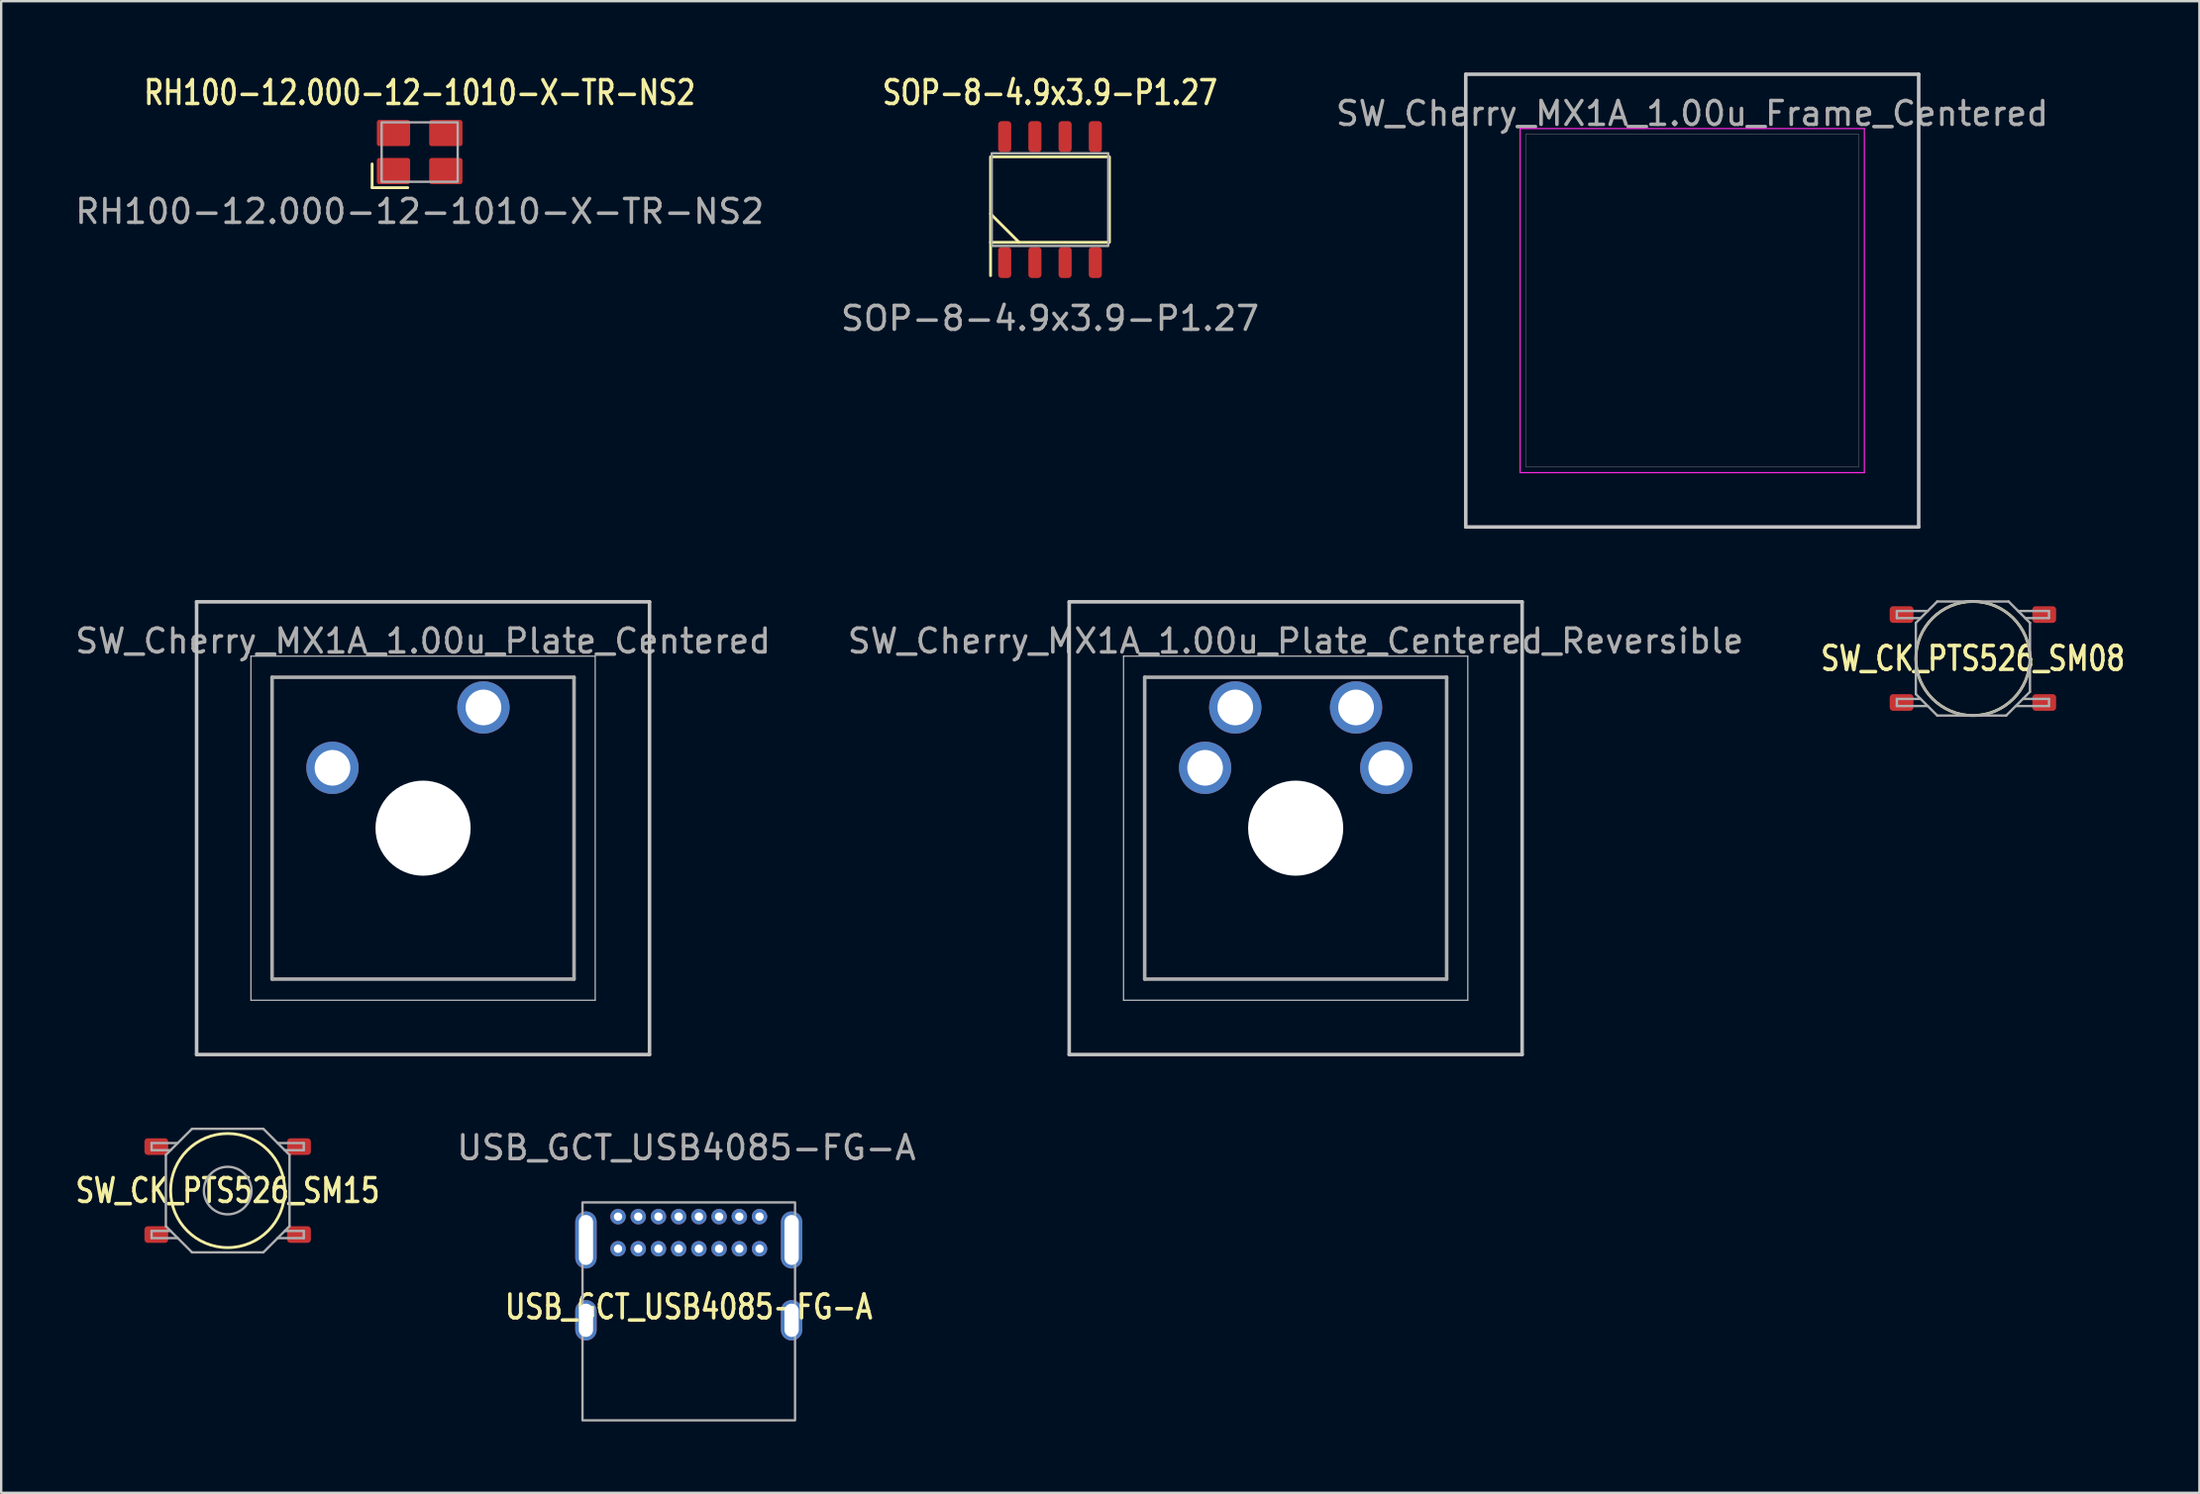
<source format=kicad_pcb>
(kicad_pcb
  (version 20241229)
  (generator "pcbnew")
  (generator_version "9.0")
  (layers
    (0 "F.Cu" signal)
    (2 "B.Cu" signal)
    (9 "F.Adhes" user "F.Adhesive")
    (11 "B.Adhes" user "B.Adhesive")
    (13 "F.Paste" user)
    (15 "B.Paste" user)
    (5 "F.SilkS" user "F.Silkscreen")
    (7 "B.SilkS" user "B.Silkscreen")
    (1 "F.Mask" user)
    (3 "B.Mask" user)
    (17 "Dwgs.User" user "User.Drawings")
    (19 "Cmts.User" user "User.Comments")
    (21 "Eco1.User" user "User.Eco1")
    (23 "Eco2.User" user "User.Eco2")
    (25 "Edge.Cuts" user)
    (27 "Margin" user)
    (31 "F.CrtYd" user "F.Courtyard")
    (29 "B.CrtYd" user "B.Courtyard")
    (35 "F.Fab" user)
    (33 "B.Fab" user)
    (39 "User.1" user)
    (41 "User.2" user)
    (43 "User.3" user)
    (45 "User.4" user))
  (footprint "USB_GCT_USB4085-FG-A"
    (layer "F.Cu")
    (at 25.92 54.248)
    (property "Reference" "USB_GCT_USB4085-FG-A" (at 0 -2.3 0) (unlocked yes) (layer "F.SilkS") (effects (font (size 1 0.8) (thickness 0.15))))
    (attr through_hole)
    (fp_rect (start -4.47 2.47) (end 4.47 -6.7) (stroke (width 0.1) (type default)) (fill no) (layer "F.Fab"))
    (fp_text user "${REFERENCE}" (at -0.1 -9 0) (unlocked yes) (layer "F.Fab") (effects (font (size 1 1) (thickness 0.15))))
    (pad "1" thru_hole oval (at -4.325 -1.74) (size 0.9 1.7) (drill oval 0.6 1.4) (layers "*.Cu" "*.Mask"))
    (pad "2" thru_hole oval (at -4.325 -5.12) (size 0.9 2.4) (drill oval 0.6 2.1) (layers "*.Cu" "*.Mask"))
    (pad "3" thru_hole oval (at 4.325 -1.74) (size 0.9 1.7) (drill oval 0.6 1.4) (layers "*.Cu" "*.Mask"))
    (pad "4" thru_hole oval (at 4.325 -5.12) (size 0.9 2.4) (drill oval 0.6 2.1) (layers "*.Cu" "*.Mask"))
    (pad "A1" thru_hole circle (at -2.975 -6.1) (size 0.65 0.65) (drill 0.35) (layers "*.Cu" "*.Mask"))
    (pad "A4" thru_hole circle (at -2.125 -6.1) (size 0.65 0.65) (drill 0.35) (layers "*.Cu" "*.Mask"))
    (pad "A5" thru_hole circle (at -1.275 -6.1) (size 0.65 0.65) (drill 0.35) (layers "*.Cu" "*.Mask"))
    (pad "A6" thru_hole circle (at -0.425 -6.1) (size 0.65 0.65) (drill 0.35) (layers "*.Cu" "*.Mask"))
    (pad "A7" thru_hole circle (at 0.425 -6.1) (size 0.65 0.65) (drill 0.35) (layers "*.Cu" "*.Mask"))
    (pad "A8" thru_hole circle (at 1.275 -6.1) (size 0.65 0.65) (drill 0.35) (layers "*.Cu" "*.Mask"))
    (pad "A9" thru_hole circle (at 2.125 -6.1) (size 0.65 0.65) (drill 0.35) (layers "*.Cu" "*.Mask"))
    (pad "A12" thru_hole circle (at 2.975 -6.1) (size 0.65 0.65) (drill 0.35) (layers "*.Cu" "*.Mask"))
    (pad "B1" thru_hole circle (at 2.975 -4.75) (size 0.65 0.65) (drill 0.35) (layers "*.Cu" "*.Mask"))
    (pad "B4" thru_hole circle (at 2.125 -4.75) (size 0.65 0.65) (drill 0.35) (layers "*.Cu" "*.Mask"))
    (pad "B5" thru_hole circle (at 1.275 -4.75) (size 0.65 0.65) (drill 0.35) (layers "*.Cu" "*.Mask"))
    (pad "B6" thru_hole circle (at 0.425 -4.75) (size 0.65 0.65) (drill 0.35) (layers "*.Cu" "*.Mask"))
    (pad "B7" thru_hole circle (at -0.425 -4.75) (size 0.65 0.65) (drill 0.35) (layers "*.Cu" "*.Mask"))
    (pad "B8" thru_hole circle (at -1.275 -4.75) (size 0.65 0.65) (drill 0.35) (layers "*.Cu" "*.Mask"))
    (pad "B9" thru_hole circle (at -2.125 -4.75) (size 0.65 0.65) (drill 0.35) (layers "*.Cu" "*.Mask"))
    (pad "B12" thru_hole circle (at -2.975 -4.75) (size 0.65 0.65) (drill 0.35) (layers "*.Cu" "*.Mask")))
  (footprint "SW_Cherry_MX1A_1.00u_Plate_Centered"
    (layer "F.Cu")
    (at 14.744 31.8)
    (property "Reference" "SW_Cherry_MX1A_1.00u_Plate_Centered" (at 0 -7.874 0) (layer "F.Fab") (effects (font (size 1 1) (thickness 0.15))))
    (attr through_hole)
    (fp_line (start -9.525 -9.525) (end 9.525 -9.525) (stroke (width 0.15) (type solid)) (layer "Dwgs.User"))
    (fp_line (start -9.525 9.525) (end -9.525 -9.525) (stroke (width 0.15) (type solid)) (layer "Dwgs.User"))
    (fp_line (start -7.24 -7.24) (end 7.24 -7.24) (stroke (width 0.05) (type solid)) (layer "Dwgs.User"))
    (fp_line (start -7.24 7.24) (end -7.24 -7.24) (stroke (width 0.05) (type solid)) (layer "Dwgs.User"))
    (fp_line (start 7.24 -7.24) (end 7.24 7.24) (stroke (width 0.05) (type solid)) (layer "Dwgs.User"))
    (fp_line (start 7.24 7.24) (end -7.24 7.24) (stroke (width 0.05) (type solid)) (layer "Dwgs.User"))
    (fp_line (start 9.525 -9.525) (end 9.525 9.525) (stroke (width 0.15) (type solid)) (layer "Dwgs.User"))
    (fp_line (start 9.525 9.525) (end -9.525 9.525) (stroke (width 0.15) (type solid)) (layer "Dwgs.User"))
    (fp_line (start -6.35 -6.35) (end 6.35 -6.35) (stroke (width 0.15) (type solid)) (layer "F.Fab"))
    (fp_line (start -6.35 6.35) (end -6.35 -6.35) (stroke (width 0.15) (type solid)) (layer "F.Fab"))
    (fp_line (start 6.35 -6.35) (end 6.35 6.35) (stroke (width 0.15) (type solid)) (layer "F.Fab"))
    (fp_line (start 6.35 6.35) (end -6.35 6.35) (stroke (width 0.15) (type solid)) (layer "F.Fab"))
    (pad "" np_thru_hole circle (at 0 0) (size 4 4) (drill 4) (layers "*.Cu" "*.Mask"))
    (pad "1" thru_hole circle (at 2.54 -5.08) (size 2.2 2.2) (drill 1.5) (layers "*.Cu" "*.Mask"))
    (pad "2" thru_hole circle (at -3.81 -2.54) (size 2.2 2.2) (drill 1.5) (layers "*.Cu" "*.Mask")))
  (footprint "SW_CK_PTS526_SM08"
    (layer "F.Cu")
    (at 79.931 24.66)
    (property "Reference" "SW_CK_PTS526_SM08" (at 0 0 0) (unlocked yes) (layer "F.SilkS") (effects (font (size 1 0.8) (thickness 0.15))))
    (attr smd)
    (fp_circle (center 0 0) (end 2.4 0) (stroke (width 0.12) (type default)) (fill no) (layer "F.SilkS"))
    (fp_line (start -3.2 -2) (end -3.2 -1.7) (stroke (width 0.1) (type default)) (layer "F.Fab"))
    (fp_line (start -3.2 -1.7) (end -2.2 -1.7) (stroke (width 0.1) (type default)) (layer "F.Fab"))
    (fp_line (start -3.2 1.7) (end -2.2 1.7) (stroke (width 0.1) (type default)) (layer "F.Fab"))
    (fp_line (start -3.2 2) (end -3.2 1.7) (stroke (width 0.1) (type default)) (layer "F.Fab"))
    (fp_line (start -2.4 -1.5) (end -2.4 1.5) (stroke (width 0.1) (type default)) (layer "F.Fab"))
    (fp_line (start -2.4 1.5) (end -1.5 2.4) (stroke (width 0.1) (type default)) (layer "F.Fab"))
    (fp_line (start -1.9 -2) (end -3.2 -2) (stroke (width 0.1) (type default)) (layer "F.Fab"))
    (fp_line (start -1.9 2) (end -3.2 2) (stroke (width 0.1) (type default)) (layer "F.Fab"))
    (fp_line (start -1.5 -2.4) (end -2.4 -1.5) (stroke (width 0.1) (type default)) (layer "F.Fab"))
    (fp_line (start -1.5 2.4) (end 1.4 2.4) (stroke (width 0.1) (type default)) (layer "F.Fab"))
    (fp_line (start 1.4 2.4) (end 2.4 1.4) (stroke (width 0.1) (type default)) (layer "F.Fab"))
    (fp_line (start 1.5 -2.4) (end -1.5 -2.4) (stroke (width 0.1) (type default)) (layer "F.Fab"))
    (fp_line (start 1.8 2) (end 3.2 2) (stroke (width 0.1) (type default)) (layer "F.Fab"))
    (fp_line (start 1.9 -2) (end 3.2 -2) (stroke (width 0.1) (type default)) (layer "F.Fab"))
    (fp_line (start 2.4 -1.5) (end 1.5 -2.4) (stroke (width 0.1) (type default)) (layer "F.Fab"))
    (fp_line (start 2.4 1.4) (end 2.4 -1.5) (stroke (width 0.1) (type default)) (layer "F.Fab"))
    (fp_line (start 3.2 -2) (end 3.2 -1.7) (stroke (width 0.1) (type default)) (layer "F.Fab"))
    (fp_line (start 3.2 -1.7) (end 2.2 -1.7) (stroke (width 0.1) (type default)) (layer "F.Fab"))
    (fp_line (start 3.2 1.7) (end 2.1 1.7) (stroke (width 0.1) (type default)) (layer "F.Fab"))
    (fp_line (start 3.2 2) (end 3.2 1.7) (stroke (width 0.1) (type default)) (layer "F.Fab"))
    (fp_circle (center 0 0) (end 2.4 0) (stroke (width 0.1) (type default)) (fill no) (layer "F.Fab"))
    (pad "1" smd roundrect (at -3 -1.85) (size 1 0.7) (layers "F.Cu" "F.Mask" "F.Paste") (roundrect_rratio 0.2))
    (pad "2" smd roundrect (at 3 -1.85) (size 1 0.7) (layers "F.Cu" "F.Mask" "F.Paste") (roundrect_rratio 0.2))
    (pad "3" smd roundrect (at -3 1.85) (size 1 0.7) (layers "F.Cu" "F.Mask" "F.Paste") (roundrect_rratio 0.2))
    (pad "4" smd roundrect (at 3 1.85) (size 1 0.7) (layers "F.Cu" "F.Mask" "F.Paste") (roundrect_rratio 0.2)))
  (footprint "RH100-12.000-12-1010-X-TR-NS2"
    (layer "F.Cu")
    (at 14.601 3.348)
    (property "Reference" "RH100-12.000-12-1010-X-TR-NS2" (at 0 -2.5 0) (unlocked yes) (layer "F.SilkS") (effects (font (size 1 0.8) (thickness 0.15))))
    (attr smd)
    (fp_line (start -2 0.5) (end -2 1.5) (stroke (width 0.12) (type default)) (layer "F.SilkS"))
    (fp_line (start -2 1.5) (end -0.5 1.5) (stroke (width 0.12) (type default)) (layer "F.SilkS"))
    (fp_rect (start -1.6 -1.25) (end 1.6 1.25) (stroke (width 0.1) (type default)) (fill no) (layer "F.Fab"))
    (fp_text user "${REFERENCE}" (at 0 2.5 0) (unlocked yes) (layer "F.Fab") (effects (font (size 1 1) (thickness 0.15))))
    (pad "1" smd roundrect (at -1.1 0.8) (size 1.4 1.1) (layers "F.Cu" "F.Mask" "F.Paste") (roundrect_rratio 0.091))
    (pad "2" smd roundrect (at 1.1 0.8) (size 1.4 1.1) (layers "F.Cu" "F.Mask" "F.Paste") (roundrect_rratio 0.091))
    (pad "3" smd roundrect (at 1.1 -0.8) (size 1.4 1.1) (layers "F.Cu" "F.Mask" "F.Paste") (roundrect_rratio 0.091))
    (pad "4" smd roundrect (at -1.1 -0.8) (size 1.4 1.1) (layers "F.Cu" "F.Mask" "F.Paste") (roundrect_rratio 0.091)))
  (footprint "SW_Cherry_MX1A_1.00u_Frame_Centered"
    (layer "F.Cu")
    (at 68.125 9.6)
    (property "Reference" "SW_Cherry_MX1A_1.00u_Frame_Centered" (at 0 -7.874 0) (layer "F.Fab") (effects (font (size 1 1) (thickness 0.15))))
    (attr through_hole)
    (fp_line (start -9.525 -9.525) (end 9.525 -9.525) (stroke (width 0.15) (type solid)) (layer "Dwgs.User"))
    (fp_line (start -9.525 9.525) (end -9.525 -9.525) (stroke (width 0.15) (type solid)) (layer "Dwgs.User"))
    (fp_line (start 9.525 -9.525) (end 9.525 9.525) (stroke (width 0.15) (type solid)) (layer "Dwgs.User"))
    (fp_line (start 9.525 9.525) (end -9.525 9.525) (stroke (width 0.15) (type solid)) (layer "Dwgs.User"))
    (fp_line (start -7 -7) (end 7 -7) (stroke (width 0.01) (type solid)) (layer "Edge.Cuts"))
    (fp_line (start -7 7) (end -7 -7) (stroke (width 0.01) (type solid)) (layer "Edge.Cuts"))
    (fp_line (start 7 -7) (end 7 7) (stroke (width 0.01) (type solid)) (layer "Edge.Cuts"))
    (fp_line (start 7 7) (end -7 7) (stroke (width 0.01) (type solid)) (layer "Edge.Cuts"))
    (fp_line (start -7.24 -7.24) (end 7.24 -7.24) (stroke (width 0.05) (type solid)) (layer "F.CrtYd"))
    (fp_line (start -7.24 7.24) (end -7.24 -7.24) (stroke (width 0.05) (type solid)) (layer "F.CrtYd"))
    (fp_line (start 7.24 -7.24) (end 7.24 7.24) (stroke (width 0.05) (type solid)) (layer "F.CrtYd"))
    (fp_line (start 7.24 7.24) (end -7.24 7.24) (stroke (width 0.05) (type solid)) (layer "F.CrtYd")))
  (footprint "SW_Cherry_MX1A_1.00u_Plate_Centered_Reversible"
    (layer "F.Cu")
    (at 51.446 31.8)
    (property "Reference" "SW_Cherry_MX1A_1.00u_Plate_Centered_Reversible" (at 0 -7.874 0) (layer "F.Fab") (effects (font (size 1 1) (thickness 0.15))))
    (attr through_hole)
    (fp_line (start -9.525 -9.525) (end 9.525 -9.525) (stroke (width 0.15) (type solid)) (layer "Dwgs.User"))
    (fp_line (start -9.525 9.525) (end -9.525 -9.525) (stroke (width 0.15) (type solid)) (layer "Dwgs.User"))
    (fp_line (start -7.24 -7.24) (end 7.24 -7.24) (stroke (width 0.05) (type solid)) (layer "Dwgs.User"))
    (fp_line (start -7.24 7.24) (end -7.24 -7.24) (stroke (width 0.05) (type solid)) (layer "Dwgs.User"))
    (fp_line (start 7.24 -7.24) (end 7.24 7.24) (stroke (width 0.05) (type solid)) (layer "Dwgs.User"))
    (fp_line (start 7.24 7.24) (end -7.24 7.24) (stroke (width 0.05) (type solid)) (layer "Dwgs.User"))
    (fp_line (start 9.525 -9.525) (end 9.525 9.525) (stroke (width 0.15) (type solid)) (layer "Dwgs.User"))
    (fp_line (start 9.525 9.525) (end -9.525 9.525) (stroke (width 0.15) (type solid)) (layer "Dwgs.User"))
    (fp_line (start -6.35 -6.35) (end 6.35 -6.35) (stroke (width 0.15) (type solid)) (layer "F.Fab"))
    (fp_line (start -6.35 6.35) (end -6.35 -6.35) (stroke (width 0.15) (type solid)) (layer "F.Fab"))
    (fp_line (start 6.35 -6.35) (end 6.35 6.35) (stroke (width 0.15) (type solid)) (layer "F.Fab"))
    (fp_line (start 6.35 6.35) (end -6.35 6.35) (stroke (width 0.15) (type solid)) (layer "F.Fab"))
    (pad "" np_thru_hole circle (at 0 0) (size 4 4) (drill 4) (layers "*.Cu" "*.Mask"))
    (pad "1" thru_hole circle (at 2.54 -5.08) (size 2.2 2.2) (drill 1.5) (layers "*.Cu" "*.Mask"))
    (pad "1" thru_hole circle (at 3.81 -2.54) (size 2.2 2.2) (drill 1.5) (layers "*.Cu" "*.Mask"))
    (pad "2" thru_hole circle (at -3.81 -2.54) (size 2.2 2.2) (drill 1.5) (layers "*.Cu" "*.Mask"))
    (pad "2" thru_hole circle (at -2.54 -5.08) (size 2.2 2.2) (drill 1.5) (layers "*.Cu" "*.Mask")))
  (footprint "SW_CK_PTS526_SM15"
    (layer "F.Cu")
    (at 6.526 47.05)
    (property "Reference" "SW_CK_PTS526_SM15" (at 0 0 0) (unlocked yes) (layer "F.SilkS") (effects (font (size 1 0.8) (thickness 0.15))))
    (attr smd)
    (fp_circle (center 0 0) (end 2.4 0) (stroke (width 0.12) (type default)) (fill no) (layer "F.SilkS"))
    (fp_line (start -3.2 -2) (end -3.2 -1.7) (stroke (width 0.1) (type default)) (layer "F.Fab"))
    (fp_line (start -3.2 -1.7) (end -2.4 -1.7) (stroke (width 0.1) (type default)) (layer "F.Fab"))
    (fp_line (start -3.2 1.7) (end -2.4 1.7) (stroke (width 0.1) (type default)) (layer "F.Fab"))
    (fp_line (start -3.2 2) (end -3.2 1.7) (stroke (width 0.1) (type default)) (layer "F.Fab"))
    (fp_line (start -2.6 -1.5) (end -2.6 1.5) (stroke (width 0.1) (type default)) (layer "F.Fab"))
    (fp_line (start -2.6 1.5) (end -1.5 2.6) (stroke (width 0.1) (type default)) (layer "F.Fab"))
    (fp_line (start -2.1 -2) (end -3.2 -2) (stroke (width 0.1) (type default)) (layer "F.Fab"))
    (fp_line (start -2.1 2) (end -3.2 2) (stroke (width 0.1) (type default)) (layer "F.Fab"))
    (fp_line (start -1.5 -2.6) (end -2.6 -1.5) (stroke (width 0.1) (type default)) (layer "F.Fab"))
    (fp_line (start -1.5 2.6) (end 1.5 2.6) (stroke (width 0.1) (type default)) (layer "F.Fab"))
    (fp_line (start 1.5 -2.6) (end -1.5 -2.6) (stroke (width 0.1) (type default)) (layer "F.Fab"))
    (fp_line (start 1.5 2.6) (end 2.6 1.5) (stroke (width 0.1) (type default)) (layer "F.Fab"))
    (fp_line (start 2.1 -2) (end 3.2 -2) (stroke (width 0.1) (type default)) (layer "F.Fab"))
    (fp_line (start 2.1 2) (end 3.2 2) (stroke (width 0.1) (type default)) (layer "F.Fab"))
    (fp_line (start 2.6 -1.5) (end 1.5 -2.6) (stroke (width 0.1) (type default)) (layer "F.Fab"))
    (fp_line (start 2.6 1.5) (end 2.6 -1.5) (stroke (width 0.1) (type default)) (layer "F.Fab"))
    (fp_line (start 3.2 -2) (end 3.2 -1.7) (stroke (width 0.1) (type default)) (layer "F.Fab"))
    (fp_line (start 3.2 -1.7) (end 2.4 -1.7) (stroke (width 0.1) (type default)) (layer "F.Fab"))
    (fp_line (start 3.2 1.7) (end 2.4 1.7) (stroke (width 0.1) (type default)) (layer "F.Fab"))
    (fp_line (start 3.2 2) (end 3.2 1.7) (stroke (width 0.1) (type default)) (layer "F.Fab"))
    (fp_circle (center 0 0) (end 1 0) (stroke (width 0.1) (type default)) (fill no) (layer "F.Fab"))
    (pad "1" smd roundrect (at -3 -1.85) (size 1 0.7) (layers "F.Cu" "F.Mask" "F.Paste") (roundrect_rratio 0.2))
    (pad "2" smd roundrect (at 3 -1.85) (size 1 0.7) (layers "F.Cu" "F.Mask" "F.Paste") (roundrect_rratio 0.2))
    (pad "3" smd roundrect (at -3 1.85) (size 1 0.7) (layers "F.Cu" "F.Mask" "F.Paste") (roundrect_rratio 0.2))
    (pad "4" smd roundrect (at 3 1.85) (size 1 0.7) (layers "F.Cu" "F.Mask" "F.Paste") (roundrect_rratio 0.2)))
  (footprint "SOP-8-4.9x3.9-P1.27"
    (layer "F.Cu")
    (at 41.113 5.348)
    (property "Reference" "SOP-8-4.9x3.9-P1.27" (at 0 -4.5 0) (unlocked yes) (layer "F.SilkS") (effects (font (size 1 0.8) (thickness 0.15))))
    (attr smd)
    (fp_line (start -2.5 1.8) (end -2.5 3.2) (stroke (width 0.12) (type default)) (layer "F.SilkS"))
    (fp_line (start -1.3 1.8) (end -2.5 0.6) (stroke (width 0.12) (type default)) (layer "F.SilkS"))
    (fp_rect (start -2.5 -1.8) (end 2.5 1.8) (stroke (width 0.12) (type default)) (fill no) (layer "F.SilkS"))
    (fp_rect (start -2.45 -1.95) (end 2.45 1.95) (stroke (width 0.1) (type default)) (fill no) (layer "F.Fab"))
    (fp_text user "${REFERENCE}" (at 0 5 0) (unlocked yes) (layer "F.Fab") (effects (font (size 1 1) (thickness 0.15))))
    (pad "1" smd roundrect (at -1.905 2.65) (size 0.55 1.3) (layers "F.Cu" "F.Mask" "F.Paste") (roundrect_rratio 0.25))
    (pad "2" smd roundrect (at -0.635 2.65) (size 0.55 1.3) (layers "F.Cu" "F.Mask" "F.Paste") (roundrect_rratio 0.25))
    (pad "3" smd roundrect (at 0.635 2.65) (size 0.55 1.3) (layers "F.Cu" "F.Mask" "F.Paste") (roundrect_rratio 0.25))
    (pad "4" smd roundrect (at 1.905 2.65) (size 0.55 1.3) (layers "F.Cu" "F.Mask" "F.Paste") (roundrect_rratio 0.25))
    (pad "5" smd roundrect (at 1.905 -2.65) (size 0.55 1.3) (layers "F.Cu" "F.Mask" "F.Paste") (roundrect_rratio 0.25))
    (pad "6" smd roundrect (at 0.635 -2.65) (size 0.55 1.3) (layers "F.Cu" "F.Mask" "F.Paste") (roundrect_rratio 0.25))
    (pad "7" smd roundrect (at -0.635 -2.65) (size 0.55 1.3) (layers "F.Cu" "F.Mask" "F.Paste") (roundrect_rratio 0.25))
    (pad "8" smd roundrect (at -1.905 -2.65) (size 0.55 1.3) (layers "F.Cu" "F.Mask" "F.Paste") (roundrect_rratio 0.25)))
  (gr_rect
    (start -3 -3)
    (end 89.457 59.768)
    (stroke (width 0.1) (type default))
    (fill no)
    (layer "Edge.Cuts")))
</source>
